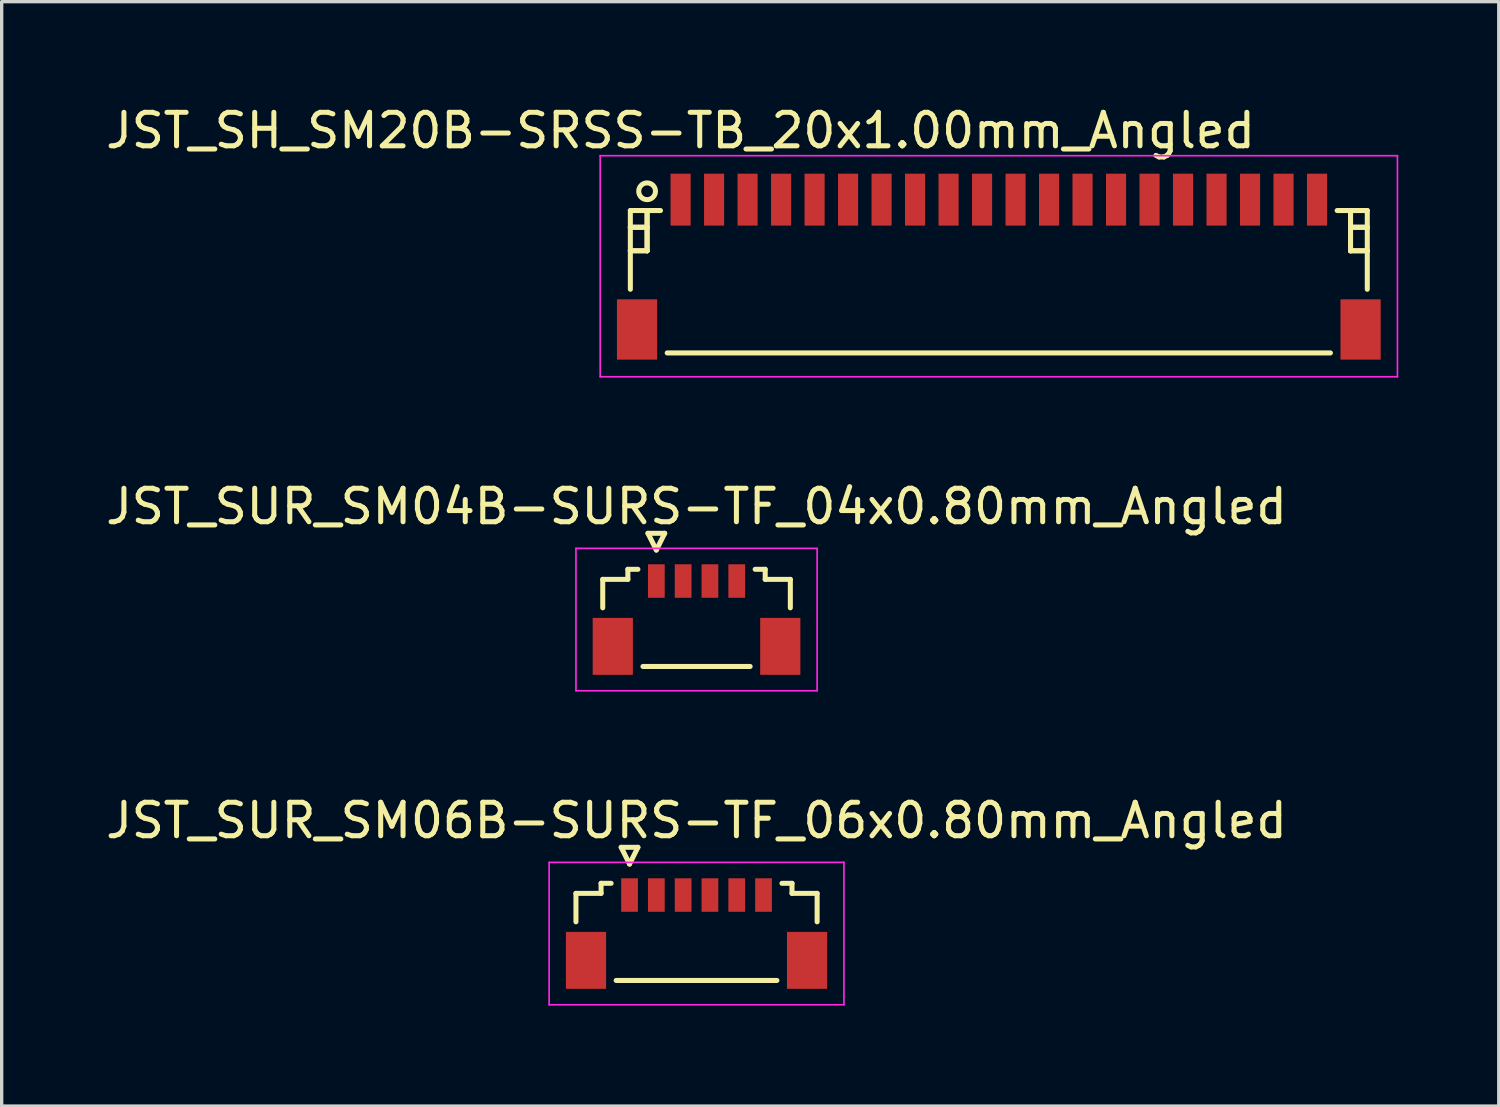
<source format=kicad_pcb>
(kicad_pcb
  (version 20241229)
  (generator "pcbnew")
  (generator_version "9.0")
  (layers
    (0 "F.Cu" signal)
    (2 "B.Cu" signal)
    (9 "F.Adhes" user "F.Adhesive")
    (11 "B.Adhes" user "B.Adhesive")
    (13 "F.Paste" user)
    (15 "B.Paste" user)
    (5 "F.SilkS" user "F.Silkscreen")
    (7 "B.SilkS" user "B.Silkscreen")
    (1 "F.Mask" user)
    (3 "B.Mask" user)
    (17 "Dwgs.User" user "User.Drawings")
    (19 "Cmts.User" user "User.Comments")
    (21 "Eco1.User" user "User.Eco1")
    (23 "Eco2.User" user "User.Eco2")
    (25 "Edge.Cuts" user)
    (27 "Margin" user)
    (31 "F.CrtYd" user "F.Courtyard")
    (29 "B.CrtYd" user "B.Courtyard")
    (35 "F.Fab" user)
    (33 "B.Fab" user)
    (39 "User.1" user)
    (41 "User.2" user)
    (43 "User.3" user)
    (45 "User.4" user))
  (footprint "JST_SUR_SM04B-SURS-TF_04x0.80mm_Angled"
    (layer "F.Cu")
    (at 17.744 15.271)
    (property "Reference" "JST_SUR_SM04B-SURS-TF_04x0.80mm_Angled" (at 0 -3.2 0) (layer "F.SilkS") (effects (font (size 1 1) (thickness 0.15))))
    (attr smd)
    (fp_line (start -2.8 -1.025) (end -2.8 -0.175) (stroke (width 0.15) (type solid)) (layer "F.SilkS"))
    (fp_line (start -2.05 -1.325) (end -2.05 -1.025) (stroke (width 0.15) (type solid)) (layer "F.SilkS"))
    (fp_line (start -2.05 -1.025) (end -2.8 -1.025) (stroke (width 0.15) (type solid)) (layer "F.SilkS"))
    (fp_line (start -1.75 -1.325) (end -2.05 -1.325) (stroke (width 0.15) (type solid)) (layer "F.SilkS"))
    (fp_line (start -1.6 1.575) (end 1.6 1.575) (stroke (width 0.15) (type solid)) (layer "F.SilkS"))
    (fp_line (start -1.45 -2.4) (end -0.95 -2.4) (stroke (width 0.15) (type solid)) (layer "F.SilkS"))
    (fp_line (start -1.2 -1.9) (end -1.45 -2.4) (stroke (width 0.15) (type solid)) (layer "F.SilkS"))
    (fp_line (start -0.95 -2.4) (end -1.2 -1.9) (stroke (width 0.15) (type solid)) (layer "F.SilkS"))
    (fp_line (start 1.75 -1.325) (end 2.05 -1.325) (stroke (width 0.15) (type solid)) (layer "F.SilkS"))
    (fp_line (start 2.05 -1.325) (end 2.05 -1.025) (stroke (width 0.15) (type solid)) (layer "F.SilkS"))
    (fp_line (start 2.05 -1.025) (end 2.8 -1.025) (stroke (width 0.15) (type solid)) (layer "F.SilkS"))
    (fp_line (start 2.8 -1.025) (end 2.8 -0.175) (stroke (width 0.15) (type solid)) (layer "F.SilkS"))
    (fp_line (start -3.6 -1.95) (end 3.6 -1.95) (stroke (width 0.05) (type solid)) (layer "F.CrtYd"))
    (fp_line (start -3.6 2.3) (end -3.6 -1.95) (stroke (width 0.05) (type solid)) (layer "F.CrtYd"))
    (fp_line (start 3.6 -1.95) (end 3.6 2.3) (stroke (width 0.05) (type solid)) (layer "F.CrtYd"))
    (fp_line (start 3.6 2.3) (end -3.6 2.3) (stroke (width 0.05) (type solid)) (layer "F.CrtYd"))
    (pad "" smd rect (at -2.5 0.975) (size 1.2 1.7) (layers "F.Cu" "F.Mask" "F.Paste"))
    (pad "" smd rect (at 2.5 0.975) (size 1.2 1.7) (layers "F.Cu" "F.Mask" "F.Paste"))
    (pad "1" smd rect (at -1.2 -0.975) (size 0.5 1) (layers "F.Cu" "F.Mask" "F.Paste"))
    (pad "2" smd rect (at -0.4 -0.975) (size 0.5 1) (layers "F.Cu" "F.Mask" "F.Paste"))
    (pad "3" smd rect (at 0.4 -0.975) (size 0.5 1) (layers "F.Cu" "F.Mask" "F.Paste"))
    (pad "4" smd rect (at 1.2 -0.975) (size 0.5 1) (layers "F.Cu" "F.Mask" "F.Paste")))
  (footprint "JST_SH_SM20B-SRSS-TB_20x1.00mm_Angled"
    (layer "F.Cu")
    (at 26.768 4.848)
    (property "Reference" "JST_SH_SM20B-SRSS-TB_20x1.00mm_Angled" (at -9.5 -4 0) (layer "F.SilkS") (effects (font (size 1 1) (thickness 0.15))))
    (attr smd)
    (fp_line (start -11 -1.613) (end -10.1 -1.613) (stroke (width 0.15) (type solid)) (layer "F.SilkS"))
    (fp_line (start -11 -1.113) (end -11 -1.113) (stroke (width 0.15) (type solid)) (layer "F.SilkS"))
    (fp_line (start -11 -1.113) (end -10.5 -1.113) (stroke (width 0.15) (type solid)) (layer "F.SilkS"))
    (fp_line (start -11 -0.412) (end -11 -0.412) (stroke (width 0.15) (type solid)) (layer "F.SilkS"))
    (fp_line (start -11 -0.412) (end -10.5 -0.412) (stroke (width 0.15) (type solid)) (layer "F.SilkS"))
    (fp_line (start -11 0.738) (end -11 -1.613) (stroke (width 0.15) (type solid)) (layer "F.SilkS"))
    (fp_line (start -10.5 -1.613) (end -10.5 -1.613) (stroke (width 0.15) (type solid)) (layer "F.SilkS"))
    (fp_line (start -10.5 -1.613) (end -10.5 -0.412) (stroke (width 0.15) (type solid)) (layer "F.SilkS"))
    (fp_line (start -10.5 -1.113) (end -11 -1.113) (stroke (width 0.15) (type solid)) (layer "F.SilkS"))
    (fp_line (start -10.5 -1.113) (end -10.5 -1.113) (stroke (width 0.15) (type solid)) (layer "F.SilkS"))
    (fp_line (start -10.5 -0.412) (end -11 -0.412) (stroke (width 0.15) (type solid)) (layer "F.SilkS"))
    (fp_line (start -10.5 -0.412) (end -10.5 -1.613) (stroke (width 0.15) (type solid)) (layer "F.SilkS"))
    (fp_line (start -10.5 -0.412) (end -10.5 -0.412) (stroke (width 0.15) (type solid)) (layer "F.SilkS"))
    (fp_line (start -10.5 -0.412) (end -10.5 -0.412) (stroke (width 0.15) (type solid)) (layer "F.SilkS"))
    (fp_line (start -9.9 2.638) (end 9.9 2.638) (stroke (width 0.15) (type solid)) (layer "F.SilkS"))
    (fp_line (start 10.5 -1.613) (end 10.5 -1.613) (stroke (width 0.15) (type solid)) (layer "F.SilkS"))
    (fp_line (start 10.5 -1.613) (end 10.5 -0.412) (stroke (width 0.15) (type solid)) (layer "F.SilkS"))
    (fp_line (start 10.5 -1.113) (end 10.5 -1.113) (stroke (width 0.15) (type solid)) (layer "F.SilkS"))
    (fp_line (start 10.5 -1.113) (end 11 -1.113) (stroke (width 0.15) (type solid)) (layer "F.SilkS"))
    (fp_line (start 10.5 -0.412) (end 10.5 -1.613) (stroke (width 0.15) (type solid)) (layer "F.SilkS"))
    (fp_line (start 10.5 -0.412) (end 10.5 -0.412) (stroke (width 0.15) (type solid)) (layer "F.SilkS"))
    (fp_line (start 10.5 -0.412) (end 10.5 -0.412) (stroke (width 0.15) (type solid)) (layer "F.SilkS"))
    (fp_line (start 10.5 -0.412) (end 11 -0.412) (stroke (width 0.15) (type solid)) (layer "F.SilkS"))
    (fp_line (start 11 -1.613) (end 10.1 -1.613) (stroke (width 0.15) (type solid)) (layer "F.SilkS"))
    (fp_line (start 11 -1.113) (end 10.5 -1.113) (stroke (width 0.15) (type solid)) (layer "F.SilkS"))
    (fp_line (start 11 -1.113) (end 11 -1.113) (stroke (width 0.15) (type solid)) (layer "F.SilkS"))
    (fp_line (start 11 -0.412) (end 10.5 -0.412) (stroke (width 0.15) (type solid)) (layer "F.SilkS"))
    (fp_line (start 11 -0.412) (end 11 -0.412) (stroke (width 0.15) (type solid)) (layer "F.SilkS"))
    (fp_line (start 11 0.738) (end 11 -1.613) (stroke (width 0.15) (type solid)) (layer "F.SilkS"))
    (fp_circle (center -10.5 -2.188) (end -10.25 -2.188) (stroke (width 0.15) (type solid)) (fill no) (layer "F.SilkS"))
    (fp_line (start -11.9 -3.25) (end 11.9 -3.25) (stroke (width 0.05) (type solid)) (layer "F.CrtYd"))
    (fp_line (start -11.9 3.35) (end -11.9 -3.25) (stroke (width 0.05) (type solid)) (layer "F.CrtYd"))
    (fp_line (start 11.9 -3.25) (end 11.9 3.35) (stroke (width 0.05) (type solid)) (layer "F.CrtYd"))
    (fp_line (start 11.9 3.35) (end -11.9 3.35) (stroke (width 0.05) (type solid)) (layer "F.CrtYd"))
    (pad "" smd rect (at -10.8 1.938) (size 1.2 1.8) (layers "F.Cu" "F.Mask" "F.Paste"))
    (pad "" smd rect (at 10.8 1.938) (size 1.2 1.8) (layers "F.Cu" "F.Mask" "F.Paste"))
    (pad "1" smd rect (at -9.5 -1.938) (size 0.6 1.55) (layers "F.Cu" "F.Mask" "F.Paste"))
    (pad "2" smd rect (at -8.5 -1.938) (size 0.6 1.55) (layers "F.Cu" "F.Mask" "F.Paste"))
    (pad "3" smd rect (at -7.5 -1.938) (size 0.6 1.55) (layers "F.Cu" "F.Mask" "F.Paste"))
    (pad "4" smd rect (at -6.5 -1.938) (size 0.6 1.55) (layers "F.Cu" "F.Mask" "F.Paste"))
    (pad "5" smd rect (at -5.5 -1.938) (size 0.6 1.55) (layers "F.Cu" "F.Mask" "F.Paste"))
    (pad "6" smd rect (at -4.5 -1.938) (size 0.6 1.55) (layers "F.Cu" "F.Mask" "F.Paste"))
    (pad "7" smd rect (at -3.5 -1.938) (size 0.6 1.55) (layers "F.Cu" "F.Mask" "F.Paste"))
    (pad "8" smd rect (at -2.5 -1.938) (size 0.6 1.55) (layers "F.Cu" "F.Mask" "F.Paste"))
    (pad "9" smd rect (at -1.5 -1.938) (size 0.6 1.55) (layers "F.Cu" "F.Mask" "F.Paste"))
    (pad "10" smd rect (at -0.5 -1.938) (size 0.6 1.55) (layers "F.Cu" "F.Mask" "F.Paste"))
    (pad "11" smd rect (at 0.5 -1.938) (size 0.6 1.55) (layers "F.Cu" "F.Mask" "F.Paste"))
    (pad "12" smd rect (at 1.5 -1.938) (size 0.6 1.55) (layers "F.Cu" "F.Mask" "F.Paste"))
    (pad "13" smd rect (at 2.5 -1.938) (size 0.6 1.55) (layers "F.Cu" "F.Mask" "F.Paste"))
    (pad "14" smd rect (at 3.5 -1.938) (size 0.6 1.55) (layers "F.Cu" "F.Mask" "F.Paste"))
    (pad "15" smd rect (at 4.5 -1.938) (size 0.6 1.55) (layers "F.Cu" "F.Mask" "F.Paste"))
    (pad "16" smd rect (at 5.5 -1.938) (size 0.6 1.55) (layers "F.Cu" "F.Mask" "F.Paste"))
    (pad "17" smd rect (at 6.5 -1.938) (size 0.6 1.55) (layers "F.Cu" "F.Mask" "F.Paste"))
    (pad "18" smd rect (at 7.5 -1.938) (size 0.6 1.55) (layers "F.Cu" "F.Mask" "F.Paste"))
    (pad "19" smd rect (at 8.5 -1.938) (size 0.6 1.55) (layers "F.Cu" "F.Mask" "F.Paste"))
    (pad "20" smd rect (at 9.5 -1.938) (size 0.6 1.55) (layers "F.Cu" "F.Mask" "F.Paste")))
  (footprint "JST_SUR_SM06B-SURS-TF_06x0.80mm_Angled"
    (layer "F.Cu")
    (at 17.744 24.645)
    (property "Reference" "JST_SUR_SM06B-SURS-TF_06x0.80mm_Angled" (at 0 -3.2 0) (layer "F.SilkS") (effects (font (size 1 1) (thickness 0.15))))
    (attr smd)
    (fp_line (start -3.6 -1.025) (end -3.6 -0.175) (stroke (width 0.15) (type solid)) (layer "F.SilkS"))
    (fp_line (start -2.85 -1.325) (end -2.85 -1.025) (stroke (width 0.15) (type solid)) (layer "F.SilkS"))
    (fp_line (start -2.85 -1.025) (end -3.6 -1.025) (stroke (width 0.15) (type solid)) (layer "F.SilkS"))
    (fp_line (start -2.55 -1.325) (end -2.85 -1.325) (stroke (width 0.15) (type solid)) (layer "F.SilkS"))
    (fp_line (start -2.4 1.575) (end 2.4 1.575) (stroke (width 0.15) (type solid)) (layer "F.SilkS"))
    (fp_line (start -2.25 -2.4) (end -1.75 -2.4) (stroke (width 0.15) (type solid)) (layer "F.SilkS"))
    (fp_line (start -2 -1.9) (end -2.25 -2.4) (stroke (width 0.15) (type solid)) (layer "F.SilkS"))
    (fp_line (start -1.75 -2.4) (end -2 -1.9) (stroke (width 0.15) (type solid)) (layer "F.SilkS"))
    (fp_line (start 2.55 -1.325) (end 2.85 -1.325) (stroke (width 0.15) (type solid)) (layer "F.SilkS"))
    (fp_line (start 2.85 -1.325) (end 2.85 -1.025) (stroke (width 0.15) (type solid)) (layer "F.SilkS"))
    (fp_line (start 2.85 -1.025) (end 3.6 -1.025) (stroke (width 0.15) (type solid)) (layer "F.SilkS"))
    (fp_line (start 3.6 -1.025) (end 3.6 -0.175) (stroke (width 0.15) (type solid)) (layer "F.SilkS"))
    (fp_line (start -4.4 -1.95) (end 4.4 -1.95) (stroke (width 0.05) (type solid)) (layer "F.CrtYd"))
    (fp_line (start -4.4 2.3) (end -4.4 -1.95) (stroke (width 0.05) (type solid)) (layer "F.CrtYd"))
    (fp_line (start 4.4 -1.95) (end 4.4 2.3) (stroke (width 0.05) (type solid)) (layer "F.CrtYd"))
    (fp_line (start 4.4 2.3) (end -4.4 2.3) (stroke (width 0.05) (type solid)) (layer "F.CrtYd"))
    (pad "" smd rect (at -3.3 0.975) (size 1.2 1.7) (layers "F.Cu" "F.Mask" "F.Paste"))
    (pad "" smd rect (at 3.3 0.975) (size 1.2 1.7) (layers "F.Cu" "F.Mask" "F.Paste"))
    (pad "1" smd rect (at -2 -0.975) (size 0.5 1) (layers "F.Cu" "F.Mask" "F.Paste"))
    (pad "2" smd rect (at -1.2 -0.975) (size 0.5 1) (layers "F.Cu" "F.Mask" "F.Paste"))
    (pad "3" smd rect (at -0.4 -0.975) (size 0.5 1) (layers "F.Cu" "F.Mask" "F.Paste"))
    (pad "4" smd rect (at 0.4 -0.975) (size 0.5 1) (layers "F.Cu" "F.Mask" "F.Paste"))
    (pad "5" smd rect (at 1.2 -0.975) (size 0.5 1) (layers "F.Cu" "F.Mask" "F.Paste"))
    (pad "6" smd rect (at 2 -0.975) (size 0.5 1) (layers "F.Cu" "F.Mask" "F.Paste")))
  (gr_rect
    (start -3 -3)
    (end 41.693 29.97)
    (stroke (width 0.1) (type default))
    (fill no)
    (layer "Edge.Cuts")))
</source>
